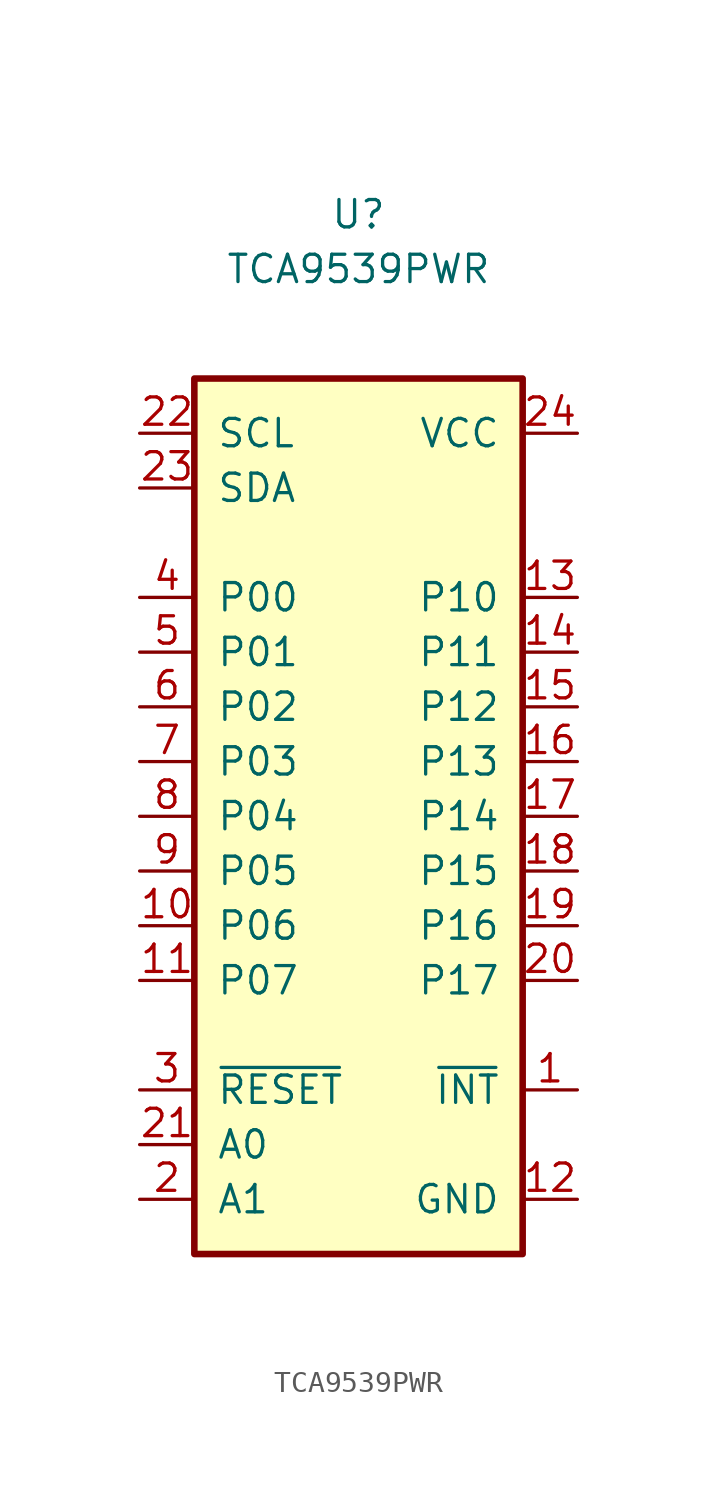
<source format=kicad_sym>
(kicad_symbol_lib
  (version 20211014)
  (generator kicad_symbol_editor)
  (symbol "TCA9539PWR"
    (pin_names
      (offset 1.016))
    (property "Reference" "U"
      (at 0 10.16 0)
      (effects (font (size 1.27 1.27))))
    (property "Value" "TCA9539PWR"
      (at 0 7.62 0)
      (effects (font (size 1.27 1.27))))
    (symbol "TCA9539PWR_0_1"
      (rectangle (start -7.62 2.54) (end 7.62 -38.1) (stroke (width 0.305) (type default) (color 0 0 0 0)) (fill (type background))))
    (symbol "TCA9539PWR_1_1"
      (pin output line (at 10.16 -30.48 180) (length 2.54) (name "~{INT}" (effects (font (size 1.27 1.27)))) (number "1" (effects (font (size 1.27 1.27)))))
      (pin bidirectional line (at -10.16 -22.86 0) (length 2.54) (name "P06" (effects (font (size 1.27 1.27)))) (number "10" (effects (font (size 1.27 1.27)))))
      (pin bidirectional line (at -10.16 -25.4 0) (length 2.54) (name "P07" (effects (font (size 1.27 1.27)))) (number "11" (effects (font (size 1.27 1.27)))))
      (pin power_in line (at 10.16 -35.56 180) (length 2.54) (name "GND" (effects (font (size 1.27 1.27)))) (number "12" (effects (font (size 1.27 1.27)))))
      (pin bidirectional line (at 10.16 -7.62 180) (length 2.54) (name "P10" (effects (font (size 1.27 1.27)))) (number "13" (effects (font (size 1.27 1.27)))))
      (pin bidirectional line (at 10.16 -10.16 180) (length 2.54) (name "P11" (effects (font (size 1.27 1.27)))) (number "14" (effects (font (size 1.27 1.27)))))
      (pin bidirectional line (at 10.16 -12.7 180) (length 2.54) (name "P12" (effects (font (size 1.27 1.27)))) (number "15" (effects (font (size 1.27 1.27)))))
      (pin bidirectional line (at 10.16 -15.24 180) (length 2.54) (name "P13" (effects (font (size 1.27 1.27)))) (number "16" (effects (font (size 1.27 1.27)))))
      (pin bidirectional line (at 10.16 -17.78 180) (length 2.54) (name "P14" (effects (font (size 1.27 1.27)))) (number "17" (effects (font (size 1.27 1.27)))))
      (pin bidirectional line (at 10.16 -20.32 180) (length 2.54) (name "P15" (effects (font (size 1.27 1.27)))) (number "18" (effects (font (size 1.27 1.27)))))
      (pin bidirectional line (at 10.16 -22.86 180) (length 2.54) (name "P16" (effects (font (size 1.27 1.27)))) (number "19" (effects (font (size 1.27 1.27)))))
      (pin input line (at -10.16 -35.56 0) (length 2.54) (name "A1" (effects (font (size 1.27 1.27)))) (number "2" (effects (font (size 1.27 1.27)))))
      (pin bidirectional line (at 10.16 -25.4 180) (length 2.54) (name "P17" (effects (font (size 1.27 1.27)))) (number "20" (effects (font (size 1.27 1.27)))))
      (pin input line (at -10.16 -33.02 0) (length 2.54) (name "A0" (effects (font (size 1.27 1.27)))) (number "21" (effects (font (size 1.27 1.27)))))
      (pin input line (at -10.16 0 0) (length 2.54) (name "SCL" (effects (font (size 1.27 1.27)))) (number "22" (effects (font (size 1.27 1.27)))))
      (pin bidirectional line (at -10.16 -2.54 0) (length 2.54) (name "SDA" (effects (font (size 1.27 1.27)))) (number "23" (effects (font (size 1.27 1.27)))))
      (pin power_in line (at 10.16 0 180) (length 2.54) (name "VCC" (effects (font (size 1.27 1.27)))) (number "24" (effects (font (size 1.27 1.27)))))
      (pin input line (at -10.16 -30.48 0) (length 2.54) (name "~{RESET}" (effects (font (size 1.27 1.27)))) (number "3" (effects (font (size 1.27 1.27)))))
      (pin bidirectional line (at -10.16 -7.62 0) (length 2.54) (name "P00" (effects (font (size 1.27 1.27)))) (number "4" (effects (font (size 1.27 1.27)))))
      (pin bidirectional line (at -10.16 -10.16 0) (length 2.54) (name "P01" (effects (font (size 1.27 1.27)))) (number "5" (effects (font (size 1.27 1.27)))))
      (pin bidirectional line (at -10.16 -12.7 0) (length 2.54) (name "P02" (effects (font (size 1.27 1.27)))) (number "6" (effects (font (size 1.27 1.27)))))
      (pin bidirectional line (at -10.16 -15.24 0) (length 2.54) (name "P03" (effects (font (size 1.27 1.27)))) (number "7" (effects (font (size 1.27 1.27)))))
      (pin bidirectional line (at -10.16 -17.78 0) (length 2.54) (name "P04" (effects (font (size 1.27 1.27)))) (number "8" (effects (font (size 1.27 1.27)))))
      (pin bidirectional line (at -10.16 -20.32 0) (length 2.54) (name "P05" (effects (font (size 1.27 1.27)))) (number "9" (effects (font (size 1.27 1.27))))))))
</source>
